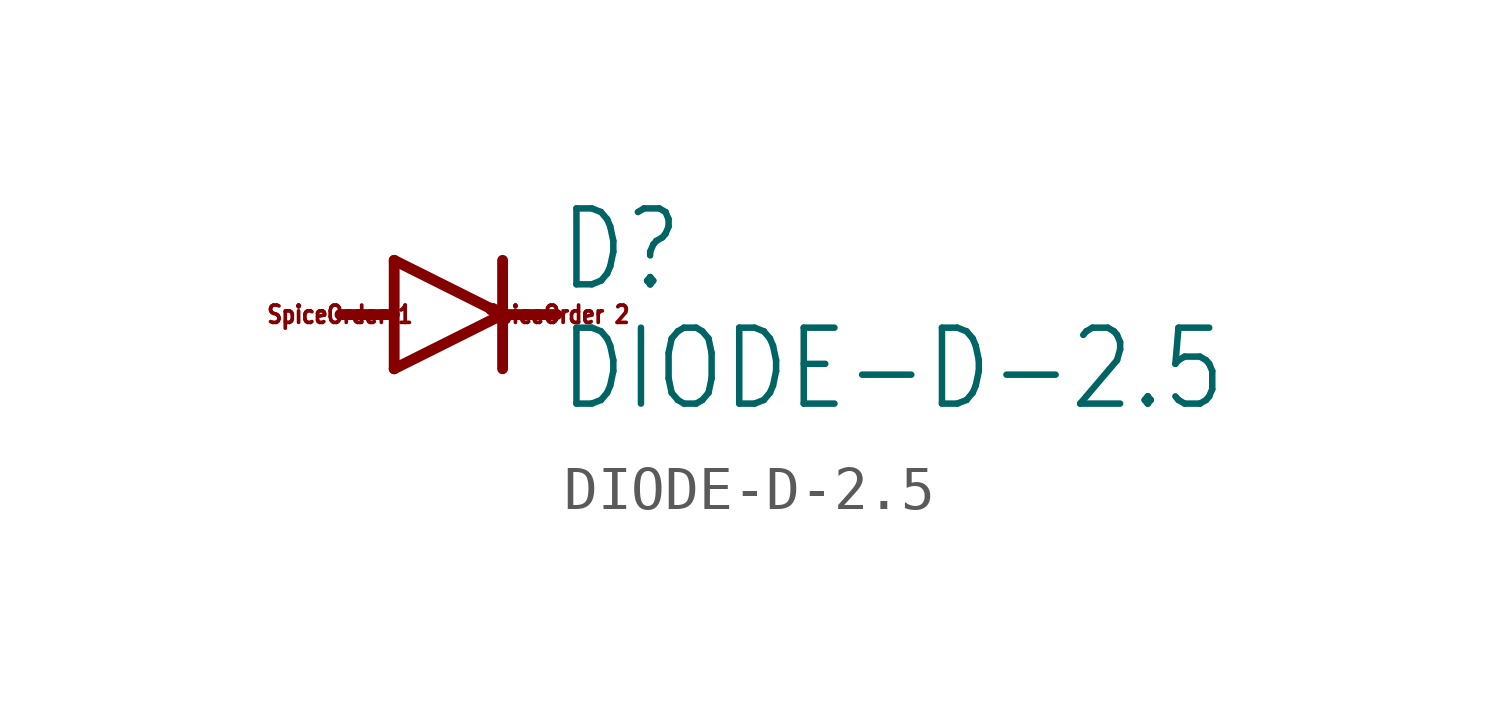
<source format=kicad_sym>
(kicad_symbol_lib
  (version 20211014)
  (generator kicad_symbol_editor)
  (symbol "DIODE-D-2.5"
    (property "Reference" "D"
      (at 2.54 0.483 0)
      (effects (font (size 1.778 1.511)) (justify left bottom)))
    (property "Value" "DIODE-D-2.5"
      (at 2.54 -2.311 0)
      (effects (font (size 1.778 1.511)) (justify left bottom)))
    (property "ki_locked" ""
      (at 0 0 0)
      (effects (font (size 1.27 1.27))))
    (symbol "DIODE-D-2.5_1_0"
      (polyline (pts (xy -1.27 -1.27) (xy 1.27 0)) (stroke (width 0.254) (type default) (color 0 0 0 0)) (fill (type none)))
      (polyline (pts (xy -1.27 0) (xy -2.54 0)) (stroke (width 0.254) (type default) (color 0 0 0 0)) (fill (type none)))
      (polyline (pts (xy -1.27 0) (xy -1.27 -1.27)) (stroke (width 0.254) (type default) (color 0 0 0 0)) (fill (type none)))
      (polyline (pts (xy -1.27 1.27) (xy -1.27 0)) (stroke (width 0.254) (type default) (color 0 0 0 0)) (fill (type none)))
      (polyline (pts (xy 1.27 0) (xy -1.27 1.27)) (stroke (width 0.254) (type default) (color 0 0 0 0)) (fill (type none)))
      (polyline (pts (xy 1.27 0) (xy 1.27 -1.27)) (stroke (width 0.254) (type default) (color 0 0 0 0)) (fill (type none)))
      (polyline (pts (xy 1.27 1.27) (xy 1.27 0)) (stroke (width 0.254) (type default) (color 0 0 0 0)) (fill (type none)))
      (polyline (pts (xy 2.54 0) (xy 1.27 0)) (stroke (width 0.254) (type default) (color 0 0 0 0)) (fill (type none)))
      (text "SpiceOrder 1" (at -2.54 0 0) (effects (font (size 0.406 0.345))))
      (text "SpiceOrder 2" (at 2.54 0 0) (effects (font (size 0.406 0.345))))
      (pin passive line (at -2.54 0 0) (length 0) (name "A" (effects (font (size 0 0)))) (number "A" (effects (font (size 0 0)))))
      (pin passive line (at 2.54 0 180) (length 0) (name "C" (effects (font (size 0 0)))) (number "C" (effects (font (size 0 0))))))))
</source>
